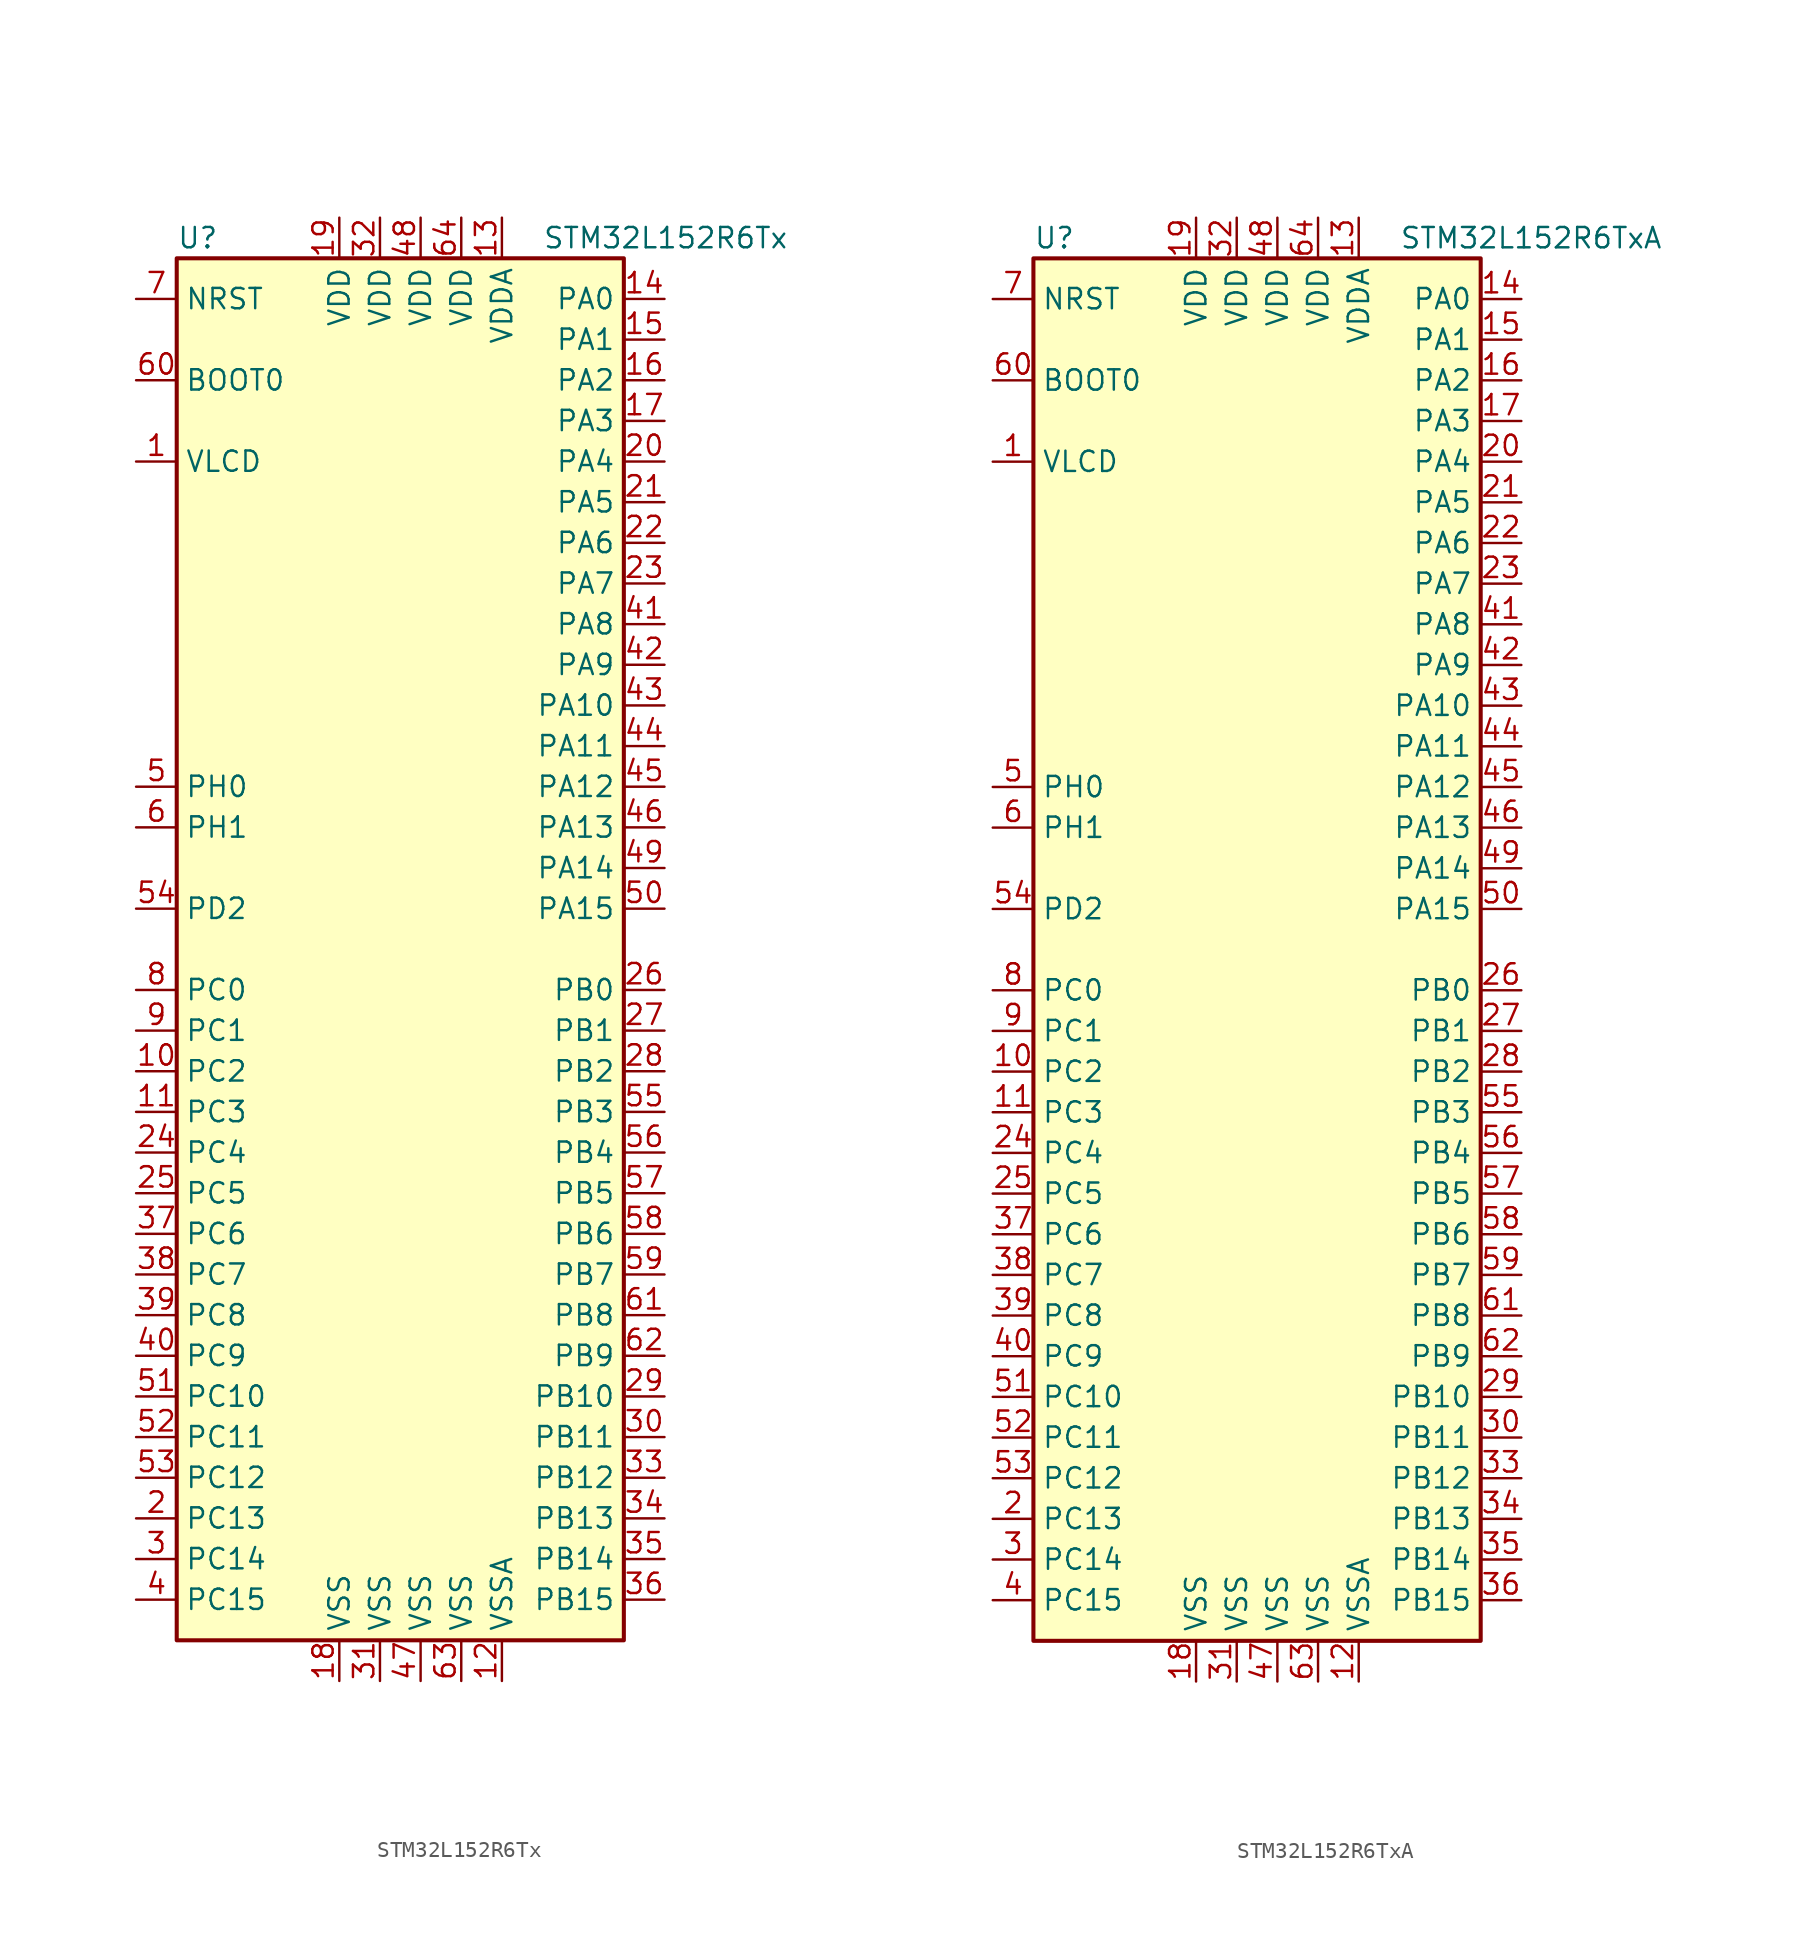
<source format=kicad_sym>
(kicad_symbol_lib
  (version 20211014)
  (generator kicad_symbol_editor)
  (symbol "STM32L152R6Tx"
    (property "Reference" "U"
      (at -15.24 44.45 0)
      (effects (font (size 1.27 1.27)) (justify left)))
    (property "Value" "STM32L152R6Tx"
      (at 7.62 44.45 0)
      (effects (font (size 1.27 1.27)) (justify left)))
    (symbol "STM32L152R6Tx_0_1"
      (rectangle (start -15.24 -43.18) (end 12.7 43.18) (stroke (width 0.254) (type default) (color 0 0 0 0)) (fill (type background))))
    (symbol "STM32L152R6Tx_1_1"
      (pin power_in line (at -17.78 30.48 0) (length 2.54) (name "VLCD" (effects (font (size 1.27 1.27)))) (number "1" (effects (font (size 1.27 1.27)))))
      (pin bidirectional line (at -17.78 -7.62 0) (length 2.54) (name "PC2" (effects (font (size 1.27 1.27)))) (number "10" (effects (font (size 1.27 1.27)))))
      (pin bidirectional line (at -17.78 -10.16 0) (length 2.54) (name "PC3" (effects (font (size 1.27 1.27)))) (number "11" (effects (font (size 1.27 1.27)))))
      (pin power_in line (at 5.08 -45.72 90) (length 2.54) (name "VSSA" (effects (font (size 1.27 1.27)))) (number "12" (effects (font (size 1.27 1.27)))))
      (pin power_in line (at 5.08 45.72 270) (length 2.54) (name "VDDA" (effects (font (size 1.27 1.27)))) (number "13" (effects (font (size 1.27 1.27)))))
      (pin bidirectional line (at 15.24 40.64 180) (length 2.54) (name "PA0" (effects (font (size 1.27 1.27)))) (number "14" (effects (font (size 1.27 1.27)))))
      (pin bidirectional line (at 15.24 38.1 180) (length 2.54) (name "PA1" (effects (font (size 1.27 1.27)))) (number "15" (effects (font (size 1.27 1.27)))))
      (pin bidirectional line (at 15.24 35.56 180) (length 2.54) (name "PA2" (effects (font (size 1.27 1.27)))) (number "16" (effects (font (size 1.27 1.27)))))
      (pin bidirectional line (at 15.24 33.02 180) (length 2.54) (name "PA3" (effects (font (size 1.27 1.27)))) (number "17" (effects (font (size 1.27 1.27)))))
      (pin power_in line (at -5.08 -45.72 90) (length 2.54) (name "VSS" (effects (font (size 1.27 1.27)))) (number "18" (effects (font (size 1.27 1.27)))))
      (pin power_in line (at -5.08 45.72 270) (length 2.54) (name "VDD" (effects (font (size 1.27 1.27)))) (number "19" (effects (font (size 1.27 1.27)))))
      (pin bidirectional line (at -17.78 -35.56 0) (length 2.54) (name "PC13" (effects (font (size 1.27 1.27)))) (number "2" (effects (font (size 1.27 1.27)))))
      (pin bidirectional line (at 15.24 30.48 180) (length 2.54) (name "PA4" (effects (font (size 1.27 1.27)))) (number "20" (effects (font (size 1.27 1.27)))))
      (pin bidirectional line (at 15.24 27.94 180) (length 2.54) (name "PA5" (effects (font (size 1.27 1.27)))) (number "21" (effects (font (size 1.27 1.27)))))
      (pin bidirectional line (at 15.24 25.4 180) (length 2.54) (name "PA6" (effects (font (size 1.27 1.27)))) (number "22" (effects (font (size 1.27 1.27)))))
      (pin bidirectional line (at 15.24 22.86 180) (length 2.54) (name "PA7" (effects (font (size 1.27 1.27)))) (number "23" (effects (font (size 1.27 1.27)))))
      (pin bidirectional line (at -17.78 -12.7 0) (length 2.54) (name "PC4" (effects (font (size 1.27 1.27)))) (number "24" (effects (font (size 1.27 1.27)))))
      (pin bidirectional line (at -17.78 -15.24 0) (length 2.54) (name "PC5" (effects (font (size 1.27 1.27)))) (number "25" (effects (font (size 1.27 1.27)))))
      (pin bidirectional line (at 15.24 -2.54 180) (length 2.54) (name "PB0" (effects (font (size 1.27 1.27)))) (number "26" (effects (font (size 1.27 1.27)))))
      (pin bidirectional line (at 15.24 -5.08 180) (length 2.54) (name "PB1" (effects (font (size 1.27 1.27)))) (number "27" (effects (font (size 1.27 1.27)))))
      (pin bidirectional line (at 15.24 -7.62 180) (length 2.54) (name "PB2" (effects (font (size 1.27 1.27)))) (number "28" (effects (font (size 1.27 1.27)))))
      (pin bidirectional line (at 15.24 -27.94 180) (length 2.54) (name "PB10" (effects (font (size 1.27 1.27)))) (number "29" (effects (font (size 1.27 1.27)))))
      (pin bidirectional line (at -17.78 -38.1 0) (length 2.54) (name "PC14" (effects (font (size 1.27 1.27)))) (number "3" (effects (font (size 1.27 1.27)))))
      (pin bidirectional line (at 15.24 -30.48 180) (length 2.54) (name "PB11" (effects (font (size 1.27 1.27)))) (number "30" (effects (font (size 1.27 1.27)))))
      (pin power_in line (at -2.54 -45.72 90) (length 2.54) (name "VSS" (effects (font (size 1.27 1.27)))) (number "31" (effects (font (size 1.27 1.27)))))
      (pin power_in line (at -2.54 45.72 270) (length 2.54) (name "VDD" (effects (font (size 1.27 1.27)))) (number "32" (effects (font (size 1.27 1.27)))))
      (pin bidirectional line (at 15.24 -33.02 180) (length 2.54) (name "PB12" (effects (font (size 1.27 1.27)))) (number "33" (effects (font (size 1.27 1.27)))))
      (pin bidirectional line (at 15.24 -35.56 180) (length 2.54) (name "PB13" (effects (font (size 1.27 1.27)))) (number "34" (effects (font (size 1.27 1.27)))))
      (pin bidirectional line (at 15.24 -38.1 180) (length 2.54) (name "PB14" (effects (font (size 1.27 1.27)))) (number "35" (effects (font (size 1.27 1.27)))))
      (pin bidirectional line (at 15.24 -40.64 180) (length 2.54) (name "PB15" (effects (font (size 1.27 1.27)))) (number "36" (effects (font (size 1.27 1.27)))))
      (pin bidirectional line (at -17.78 -17.78 0) (length 2.54) (name "PC6" (effects (font (size 1.27 1.27)))) (number "37" (effects (font (size 1.27 1.27)))))
      (pin bidirectional line (at -17.78 -20.32 0) (length 2.54) (name "PC7" (effects (font (size 1.27 1.27)))) (number "38" (effects (font (size 1.27 1.27)))))
      (pin bidirectional line (at -17.78 -22.86 0) (length 2.54) (name "PC8" (effects (font (size 1.27 1.27)))) (number "39" (effects (font (size 1.27 1.27)))))
      (pin bidirectional line (at -17.78 -40.64 0) (length 2.54) (name "PC15" (effects (font (size 1.27 1.27)))) (number "4" (effects (font (size 1.27 1.27)))))
      (pin bidirectional line (at -17.78 -25.4 0) (length 2.54) (name "PC9" (effects (font (size 1.27 1.27)))) (number "40" (effects (font (size 1.27 1.27)))))
      (pin bidirectional line (at 15.24 20.32 180) (length 2.54) (name "PA8" (effects (font (size 1.27 1.27)))) (number "41" (effects (font (size 1.27 1.27)))))
      (pin bidirectional line (at 15.24 17.78 180) (length 2.54) (name "PA9" (effects (font (size 1.27 1.27)))) (number "42" (effects (font (size 1.27 1.27)))))
      (pin bidirectional line (at 15.24 15.24 180) (length 2.54) (name "PA10" (effects (font (size 1.27 1.27)))) (number "43" (effects (font (size 1.27 1.27)))))
      (pin bidirectional line (at 15.24 12.7 180) (length 2.54) (name "PA11" (effects (font (size 1.27 1.27)))) (number "44" (effects (font (size 1.27 1.27)))))
      (pin bidirectional line (at 15.24 10.16 180) (length 2.54) (name "PA12" (effects (font (size 1.27 1.27)))) (number "45" (effects (font (size 1.27 1.27)))))
      (pin bidirectional line (at 15.24 7.62 180) (length 2.54) (name "PA13" (effects (font (size 1.27 1.27)))) (number "46" (effects (font (size 1.27 1.27)))))
      (pin power_in line (at 0 -45.72 90) (length 2.54) (name "VSS" (effects (font (size 1.27 1.27)))) (number "47" (effects (font (size 1.27 1.27)))))
      (pin power_in line (at 0 45.72 270) (length 2.54) (name "VDD" (effects (font (size 1.27 1.27)))) (number "48" (effects (font (size 1.27 1.27)))))
      (pin bidirectional line (at 15.24 5.08 180) (length 2.54) (name "PA14" (effects (font (size 1.27 1.27)))) (number "49" (effects (font (size 1.27 1.27)))))
      (pin input line (at -17.78 10.16 0) (length 2.54) (name "PH0" (effects (font (size 1.27 1.27)))) (number "5" (effects (font (size 1.27 1.27)))))
      (pin bidirectional line (at 15.24 2.54 180) (length 2.54) (name "PA15" (effects (font (size 1.27 1.27)))) (number "50" (effects (font (size 1.27 1.27)))))
      (pin bidirectional line (at -17.78 -27.94 0) (length 2.54) (name "PC10" (effects (font (size 1.27 1.27)))) (number "51" (effects (font (size 1.27 1.27)))))
      (pin bidirectional line (at -17.78 -30.48 0) (length 2.54) (name "PC11" (effects (font (size 1.27 1.27)))) (number "52" (effects (font (size 1.27 1.27)))))
      (pin bidirectional line (at -17.78 -33.02 0) (length 2.54) (name "PC12" (effects (font (size 1.27 1.27)))) (number "53" (effects (font (size 1.27 1.27)))))
      (pin bidirectional line (at -17.78 2.54 0) (length 2.54) (name "PD2" (effects (font (size 1.27 1.27)))) (number "54" (effects (font (size 1.27 1.27)))))
      (pin bidirectional line (at 15.24 -10.16 180) (length 2.54) (name "PB3" (effects (font (size 1.27 1.27)))) (number "55" (effects (font (size 1.27 1.27)))))
      (pin bidirectional line (at 15.24 -12.7 180) (length 2.54) (name "PB4" (effects (font (size 1.27 1.27)))) (number "56" (effects (font (size 1.27 1.27)))))
      (pin bidirectional line (at 15.24 -15.24 180) (length 2.54) (name "PB5" (effects (font (size 1.27 1.27)))) (number "57" (effects (font (size 1.27 1.27)))))
      (pin bidirectional line (at 15.24 -17.78 180) (length 2.54) (name "PB6" (effects (font (size 1.27 1.27)))) (number "58" (effects (font (size 1.27 1.27)))))
      (pin bidirectional line (at 15.24 -20.32 180) (length 2.54) (name "PB7" (effects (font (size 1.27 1.27)))) (number "59" (effects (font (size 1.27 1.27)))))
      (pin input line (at -17.78 7.62 0) (length 2.54) (name "PH1" (effects (font (size 1.27 1.27)))) (number "6" (effects (font (size 1.27 1.27)))))
      (pin input line (at -17.78 35.56 0) (length 2.54) (name "BOOT0" (effects (font (size 1.27 1.27)))) (number "60" (effects (font (size 1.27 1.27)))))
      (pin bidirectional line (at 15.24 -22.86 180) (length 2.54) (name "PB8" (effects (font (size 1.27 1.27)))) (number "61" (effects (font (size 1.27 1.27)))))
      (pin bidirectional line (at 15.24 -25.4 180) (length 2.54) (name "PB9" (effects (font (size 1.27 1.27)))) (number "62" (effects (font (size 1.27 1.27)))))
      (pin power_in line (at 2.54 -45.72 90) (length 2.54) (name "VSS" (effects (font (size 1.27 1.27)))) (number "63" (effects (font (size 1.27 1.27)))))
      (pin power_in line (at 2.54 45.72 270) (length 2.54) (name "VDD" (effects (font (size 1.27 1.27)))) (number "64" (effects (font (size 1.27 1.27)))))
      (pin input line (at -17.78 40.64 0) (length 2.54) (name "NRST" (effects (font (size 1.27 1.27)))) (number "7" (effects (font (size 1.27 1.27)))))
      (pin bidirectional line (at -17.78 -2.54 0) (length 2.54) (name "PC0" (effects (font (size 1.27 1.27)))) (number "8" (effects (font (size 1.27 1.27)))))
      (pin bidirectional line (at -17.78 -5.08 0) (length 2.54) (name "PC1" (effects (font (size 1.27 1.27)))) (number "9" (effects (font (size 1.27 1.27)))))))
  (symbol "STM32L152R6TxA"
    (property "Reference" "U"
      (at -15.24 44.45 0)
      (effects (font (size 1.27 1.27)) (justify left)))
    (property "Value" "STM32L152R6TxA"
      (at 7.62 44.45 0)
      (effects (font (size 1.27 1.27)) (justify left)))
    (symbol "STM32L152R6TxA_0_1"
      (rectangle (start -15.24 -43.18) (end 12.7 43.18) (stroke (width 0.254) (type default) (color 0 0 0 0)) (fill (type background))))
    (symbol "STM32L152R6TxA_1_1"
      (pin power_in line (at -17.78 30.48 0) (length 2.54) (name "VLCD" (effects (font (size 1.27 1.27)))) (number "1" (effects (font (size 1.27 1.27)))))
      (pin bidirectional line (at -17.78 -7.62 0) (length 2.54) (name "PC2" (effects (font (size 1.27 1.27)))) (number "10" (effects (font (size 1.27 1.27)))))
      (pin bidirectional line (at -17.78 -10.16 0) (length 2.54) (name "PC3" (effects (font (size 1.27 1.27)))) (number "11" (effects (font (size 1.27 1.27)))))
      (pin power_in line (at 5.08 -45.72 90) (length 2.54) (name "VSSA" (effects (font (size 1.27 1.27)))) (number "12" (effects (font (size 1.27 1.27)))))
      (pin power_in line (at 5.08 45.72 270) (length 2.54) (name "VDDA" (effects (font (size 1.27 1.27)))) (number "13" (effects (font (size 1.27 1.27)))))
      (pin bidirectional line (at 15.24 40.64 180) (length 2.54) (name "PA0" (effects (font (size 1.27 1.27)))) (number "14" (effects (font (size 1.27 1.27)))))
      (pin bidirectional line (at 15.24 38.1 180) (length 2.54) (name "PA1" (effects (font (size 1.27 1.27)))) (number "15" (effects (font (size 1.27 1.27)))))
      (pin bidirectional line (at 15.24 35.56 180) (length 2.54) (name "PA2" (effects (font (size 1.27 1.27)))) (number "16" (effects (font (size 1.27 1.27)))))
      (pin bidirectional line (at 15.24 33.02 180) (length 2.54) (name "PA3" (effects (font (size 1.27 1.27)))) (number "17" (effects (font (size 1.27 1.27)))))
      (pin power_in line (at -5.08 -45.72 90) (length 2.54) (name "VSS" (effects (font (size 1.27 1.27)))) (number "18" (effects (font (size 1.27 1.27)))))
      (pin power_in line (at -5.08 45.72 270) (length 2.54) (name "VDD" (effects (font (size 1.27 1.27)))) (number "19" (effects (font (size 1.27 1.27)))))
      (pin bidirectional line (at -17.78 -35.56 0) (length 2.54) (name "PC13" (effects (font (size 1.27 1.27)))) (number "2" (effects (font (size 1.27 1.27)))))
      (pin bidirectional line (at 15.24 30.48 180) (length 2.54) (name "PA4" (effects (font (size 1.27 1.27)))) (number "20" (effects (font (size 1.27 1.27)))))
      (pin bidirectional line (at 15.24 27.94 180) (length 2.54) (name "PA5" (effects (font (size 1.27 1.27)))) (number "21" (effects (font (size 1.27 1.27)))))
      (pin bidirectional line (at 15.24 25.4 180) (length 2.54) (name "PA6" (effects (font (size 1.27 1.27)))) (number "22" (effects (font (size 1.27 1.27)))))
      (pin bidirectional line (at 15.24 22.86 180) (length 2.54) (name "PA7" (effects (font (size 1.27 1.27)))) (number "23" (effects (font (size 1.27 1.27)))))
      (pin bidirectional line (at -17.78 -12.7 0) (length 2.54) (name "PC4" (effects (font (size 1.27 1.27)))) (number "24" (effects (font (size 1.27 1.27)))))
      (pin bidirectional line (at -17.78 -15.24 0) (length 2.54) (name "PC5" (effects (font (size 1.27 1.27)))) (number "25" (effects (font (size 1.27 1.27)))))
      (pin bidirectional line (at 15.24 -2.54 180) (length 2.54) (name "PB0" (effects (font (size 1.27 1.27)))) (number "26" (effects (font (size 1.27 1.27)))))
      (pin bidirectional line (at 15.24 -5.08 180) (length 2.54) (name "PB1" (effects (font (size 1.27 1.27)))) (number "27" (effects (font (size 1.27 1.27)))))
      (pin bidirectional line (at 15.24 -7.62 180) (length 2.54) (name "PB2" (effects (font (size 1.27 1.27)))) (number "28" (effects (font (size 1.27 1.27)))))
      (pin bidirectional line (at 15.24 -27.94 180) (length 2.54) (name "PB10" (effects (font (size 1.27 1.27)))) (number "29" (effects (font (size 1.27 1.27)))))
      (pin bidirectional line (at -17.78 -38.1 0) (length 2.54) (name "PC14" (effects (font (size 1.27 1.27)))) (number "3" (effects (font (size 1.27 1.27)))))
      (pin bidirectional line (at 15.24 -30.48 180) (length 2.54) (name "PB11" (effects (font (size 1.27 1.27)))) (number "30" (effects (font (size 1.27 1.27)))))
      (pin power_in line (at -2.54 -45.72 90) (length 2.54) (name "VSS" (effects (font (size 1.27 1.27)))) (number "31" (effects (font (size 1.27 1.27)))))
      (pin power_in line (at -2.54 45.72 270) (length 2.54) (name "VDD" (effects (font (size 1.27 1.27)))) (number "32" (effects (font (size 1.27 1.27)))))
      (pin bidirectional line (at 15.24 -33.02 180) (length 2.54) (name "PB12" (effects (font (size 1.27 1.27)))) (number "33" (effects (font (size 1.27 1.27)))))
      (pin bidirectional line (at 15.24 -35.56 180) (length 2.54) (name "PB13" (effects (font (size 1.27 1.27)))) (number "34" (effects (font (size 1.27 1.27)))))
      (pin bidirectional line (at 15.24 -38.1 180) (length 2.54) (name "PB14" (effects (font (size 1.27 1.27)))) (number "35" (effects (font (size 1.27 1.27)))))
      (pin bidirectional line (at 15.24 -40.64 180) (length 2.54) (name "PB15" (effects (font (size 1.27 1.27)))) (number "36" (effects (font (size 1.27 1.27)))))
      (pin bidirectional line (at -17.78 -17.78 0) (length 2.54) (name "PC6" (effects (font (size 1.27 1.27)))) (number "37" (effects (font (size 1.27 1.27)))))
      (pin bidirectional line (at -17.78 -20.32 0) (length 2.54) (name "PC7" (effects (font (size 1.27 1.27)))) (number "38" (effects (font (size 1.27 1.27)))))
      (pin bidirectional line (at -17.78 -22.86 0) (length 2.54) (name "PC8" (effects (font (size 1.27 1.27)))) (number "39" (effects (font (size 1.27 1.27)))))
      (pin bidirectional line (at -17.78 -40.64 0) (length 2.54) (name "PC15" (effects (font (size 1.27 1.27)))) (number "4" (effects (font (size 1.27 1.27)))))
      (pin bidirectional line (at -17.78 -25.4 0) (length 2.54) (name "PC9" (effects (font (size 1.27 1.27)))) (number "40" (effects (font (size 1.27 1.27)))))
      (pin bidirectional line (at 15.24 20.32 180) (length 2.54) (name "PA8" (effects (font (size 1.27 1.27)))) (number "41" (effects (font (size 1.27 1.27)))))
      (pin bidirectional line (at 15.24 17.78 180) (length 2.54) (name "PA9" (effects (font (size 1.27 1.27)))) (number "42" (effects (font (size 1.27 1.27)))))
      (pin bidirectional line (at 15.24 15.24 180) (length 2.54) (name "PA10" (effects (font (size 1.27 1.27)))) (number "43" (effects (font (size 1.27 1.27)))))
      (pin bidirectional line (at 15.24 12.7 180) (length 2.54) (name "PA11" (effects (font (size 1.27 1.27)))) (number "44" (effects (font (size 1.27 1.27)))))
      (pin bidirectional line (at 15.24 10.16 180) (length 2.54) (name "PA12" (effects (font (size 1.27 1.27)))) (number "45" (effects (font (size 1.27 1.27)))))
      (pin bidirectional line (at 15.24 7.62 180) (length 2.54) (name "PA13" (effects (font (size 1.27 1.27)))) (number "46" (effects (font (size 1.27 1.27)))))
      (pin power_in line (at 0 -45.72 90) (length 2.54) (name "VSS" (effects (font (size 1.27 1.27)))) (number "47" (effects (font (size 1.27 1.27)))))
      (pin power_in line (at 0 45.72 270) (length 2.54) (name "VDD" (effects (font (size 1.27 1.27)))) (number "48" (effects (font (size 1.27 1.27)))))
      (pin bidirectional line (at 15.24 5.08 180) (length 2.54) (name "PA14" (effects (font (size 1.27 1.27)))) (number "49" (effects (font (size 1.27 1.27)))))
      (pin input line (at -17.78 10.16 0) (length 2.54) (name "PH0" (effects (font (size 1.27 1.27)))) (number "5" (effects (font (size 1.27 1.27)))))
      (pin bidirectional line (at 15.24 2.54 180) (length 2.54) (name "PA15" (effects (font (size 1.27 1.27)))) (number "50" (effects (font (size 1.27 1.27)))))
      (pin bidirectional line (at -17.78 -27.94 0) (length 2.54) (name "PC10" (effects (font (size 1.27 1.27)))) (number "51" (effects (font (size 1.27 1.27)))))
      (pin bidirectional line (at -17.78 -30.48 0) (length 2.54) (name "PC11" (effects (font (size 1.27 1.27)))) (number "52" (effects (font (size 1.27 1.27)))))
      (pin bidirectional line (at -17.78 -33.02 0) (length 2.54) (name "PC12" (effects (font (size 1.27 1.27)))) (number "53" (effects (font (size 1.27 1.27)))))
      (pin bidirectional line (at -17.78 2.54 0) (length 2.54) (name "PD2" (effects (font (size 1.27 1.27)))) (number "54" (effects (font (size 1.27 1.27)))))
      (pin bidirectional line (at 15.24 -10.16 180) (length 2.54) (name "PB3" (effects (font (size 1.27 1.27)))) (number "55" (effects (font (size 1.27 1.27)))))
      (pin bidirectional line (at 15.24 -12.7 180) (length 2.54) (name "PB4" (effects (font (size 1.27 1.27)))) (number "56" (effects (font (size 1.27 1.27)))))
      (pin bidirectional line (at 15.24 -15.24 180) (length 2.54) (name "PB5" (effects (font (size 1.27 1.27)))) (number "57" (effects (font (size 1.27 1.27)))))
      (pin bidirectional line (at 15.24 -17.78 180) (length 2.54) (name "PB6" (effects (font (size 1.27 1.27)))) (number "58" (effects (font (size 1.27 1.27)))))
      (pin bidirectional line (at 15.24 -20.32 180) (length 2.54) (name "PB7" (effects (font (size 1.27 1.27)))) (number "59" (effects (font (size 1.27 1.27)))))
      (pin input line (at -17.78 7.62 0) (length 2.54) (name "PH1" (effects (font (size 1.27 1.27)))) (number "6" (effects (font (size 1.27 1.27)))))
      (pin input line (at -17.78 35.56 0) (length 2.54) (name "BOOT0" (effects (font (size 1.27 1.27)))) (number "60" (effects (font (size 1.27 1.27)))))
      (pin bidirectional line (at 15.24 -22.86 180) (length 2.54) (name "PB8" (effects (font (size 1.27 1.27)))) (number "61" (effects (font (size 1.27 1.27)))))
      (pin bidirectional line (at 15.24 -25.4 180) (length 2.54) (name "PB9" (effects (font (size 1.27 1.27)))) (number "62" (effects (font (size 1.27 1.27)))))
      (pin power_in line (at 2.54 -45.72 90) (length 2.54) (name "VSS" (effects (font (size 1.27 1.27)))) (number "63" (effects (font (size 1.27 1.27)))))
      (pin power_in line (at 2.54 45.72 270) (length 2.54) (name "VDD" (effects (font (size 1.27 1.27)))) (number "64" (effects (font (size 1.27 1.27)))))
      (pin input line (at -17.78 40.64 0) (length 2.54) (name "NRST" (effects (font (size 1.27 1.27)))) (number "7" (effects (font (size 1.27 1.27)))))
      (pin bidirectional line (at -17.78 -2.54 0) (length 2.54) (name "PC0" (effects (font (size 1.27 1.27)))) (number "8" (effects (font (size 1.27 1.27)))))
      (pin bidirectional line (at -17.78 -5.08 0) (length 2.54) (name "PC1" (effects (font (size 1.27 1.27)))) (number "9" (effects (font (size 1.27 1.27))))))))
</source>
